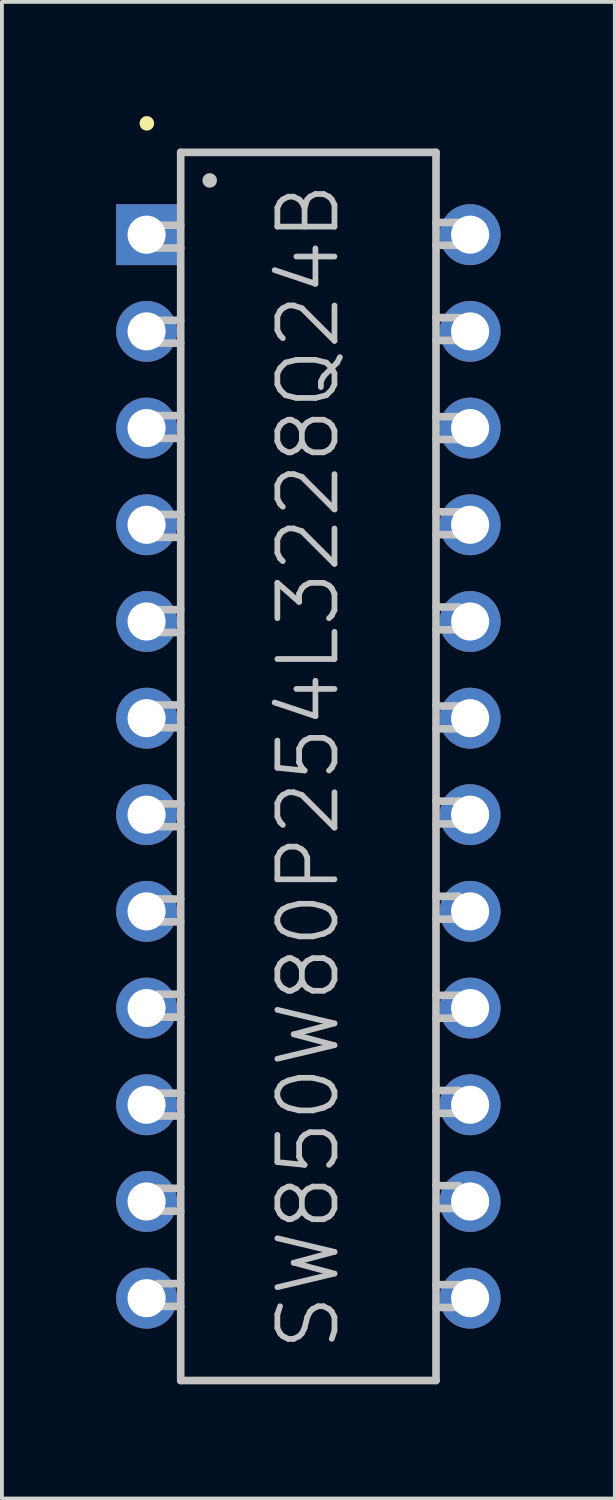
<source format=kicad_pcb>
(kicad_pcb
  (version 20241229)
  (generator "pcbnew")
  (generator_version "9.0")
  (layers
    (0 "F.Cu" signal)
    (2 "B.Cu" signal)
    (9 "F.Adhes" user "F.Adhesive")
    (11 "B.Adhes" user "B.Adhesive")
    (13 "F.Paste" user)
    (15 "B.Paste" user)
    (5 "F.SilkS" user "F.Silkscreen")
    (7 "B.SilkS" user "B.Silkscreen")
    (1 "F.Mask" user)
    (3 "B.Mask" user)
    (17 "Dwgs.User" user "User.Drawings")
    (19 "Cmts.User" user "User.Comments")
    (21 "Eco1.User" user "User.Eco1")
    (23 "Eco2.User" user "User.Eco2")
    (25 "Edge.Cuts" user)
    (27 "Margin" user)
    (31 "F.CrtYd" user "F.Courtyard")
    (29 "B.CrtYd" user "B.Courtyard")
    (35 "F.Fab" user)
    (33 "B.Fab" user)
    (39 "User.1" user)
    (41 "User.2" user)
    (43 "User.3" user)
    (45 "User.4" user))
  (footprint "SW850W80P254L3228Q24B"
    (layer "F.Cu")
    (at 5.049 17.081)
    (property "Reference" "SW850W80P254L3228Q24B" (at 0 0 90) (layer "Dwgs.User") (effects (font (size 1.5 1.5) (thickness 0.15))))
    (attr through_hole)
    (fp_line (start -4.242 -16.891) (end -4.242 -16.891) (stroke (width 0.381) (type solid)) (layer "F.SilkS"))
    (fp_line (start -3.955 -11.717) (end -3.955 -11.118) (stroke (width 0.2) (type solid)) (layer "Dwgs.User"))
    (fp_line (start -3.955 -11.118) (end -3.355 -11.118) (stroke (width 0.2) (type solid)) (layer "Dwgs.User"))
    (fp_line (start -3.955 -9.215) (end -3.955 -8.616) (stroke (width 0.2) (type solid)) (layer "Dwgs.User"))
    (fp_line (start -3.955 -8.616) (end -3.355 -8.616) (stroke (width 0.2) (type solid)) (layer "Dwgs.User"))
    (fp_line (start -3.955 -4.117) (end -3.955 -3.518) (stroke (width 0.2) (type solid)) (layer "Dwgs.User"))
    (fp_line (start -3.955 -3.518) (end -3.355 -3.518) (stroke (width 0.2) (type solid)) (layer "Dwgs.User"))
    (fp_line (start -3.955 -1.615) (end -3.955 -1.016) (stroke (width 0.2) (type solid)) (layer "Dwgs.User"))
    (fp_line (start -3.955 -1.016) (end -3.355 -1.016) (stroke (width 0.2) (type solid)) (layer "Dwgs.User"))
    (fp_line (start -3.955 3.482) (end -3.955 4.082) (stroke (width 0.2) (type solid)) (layer "Dwgs.User"))
    (fp_line (start -3.955 4.082) (end -3.355 4.082) (stroke (width 0.2) (type solid)) (layer "Dwgs.User"))
    (fp_line (start -3.955 5.984) (end -3.955 6.584) (stroke (width 0.2) (type solid)) (layer "Dwgs.User"))
    (fp_line (start -3.955 6.584) (end -3.355 6.584) (stroke (width 0.2) (type solid)) (layer "Dwgs.User"))
    (fp_line (start -3.955 11.082) (end -3.955 11.681) (stroke (width 0.2) (type solid)) (layer "Dwgs.User"))
    (fp_line (start -3.955 11.681) (end -3.355 11.681) (stroke (width 0.2) (type solid)) (layer "Dwgs.User"))
    (fp_line (start -3.955 13.584) (end -3.955 14.183) (stroke (width 0.2) (type solid)) (layer "Dwgs.User"))
    (fp_line (start -3.955 14.183) (end -3.355 14.183) (stroke (width 0.2) (type solid)) (layer "Dwgs.User"))
    (fp_line (start -3.952 -14.216) (end -3.952 -13.617) (stroke (width 0.2) (type solid)) (layer "Dwgs.User"))
    (fp_line (start -3.952 -13.617) (end -3.353 -13.617) (stroke (width 0.2) (type solid)) (layer "Dwgs.User"))
    (fp_line (start -3.952 -6.617) (end -3.952 -6.017) (stroke (width 0.2) (type solid)) (layer "Dwgs.User"))
    (fp_line (start -3.952 -6.017) (end -3.353 -6.017) (stroke (width 0.2) (type solid)) (layer "Dwgs.User"))
    (fp_line (start -3.952 0.983) (end -3.952 1.582) (stroke (width 0.2) (type solid)) (layer "Dwgs.User"))
    (fp_line (start -3.952 1.582) (end -3.353 1.582) (stroke (width 0.2) (type solid)) (layer "Dwgs.User"))
    (fp_line (start -3.952 8.583) (end -3.952 9.182) (stroke (width 0.2) (type solid)) (layer "Dwgs.User"))
    (fp_line (start -3.952 9.182) (end -3.353 9.182) (stroke (width 0.2) (type solid)) (layer "Dwgs.User"))
    (fp_line (start -3.355 -11.717) (end -3.955 -11.717) (stroke (width 0.2) (type solid)) (layer "Dwgs.User"))
    (fp_line (start -3.355 -9.215) (end -3.955 -9.215) (stroke (width 0.2) (type solid)) (layer "Dwgs.User"))
    (fp_line (start -3.355 -4.117) (end -3.955 -4.117) (stroke (width 0.2) (type solid)) (layer "Dwgs.User"))
    (fp_line (start -3.355 -1.615) (end -3.955 -1.615) (stroke (width 0.2) (type solid)) (layer "Dwgs.User"))
    (fp_line (start -3.355 3.482) (end -3.955 3.482) (stroke (width 0.2) (type solid)) (layer "Dwgs.User"))
    (fp_line (start -3.355 5.984) (end -3.955 5.984) (stroke (width 0.2) (type solid)) (layer "Dwgs.User"))
    (fp_line (start -3.355 11.082) (end -3.955 11.082) (stroke (width 0.2) (type solid)) (layer "Dwgs.User"))
    (fp_line (start -3.355 13.584) (end -3.955 13.584) (stroke (width 0.2) (type solid)) (layer "Dwgs.User"))
    (fp_line (start -3.353 -16.129) (end -3.353 16.129) (stroke (width 0.2) (type solid)) (layer "Dwgs.User"))
    (fp_line (start -3.353 -16.129) (end 3.353 -16.129) (stroke (width 0.2) (type solid)) (layer "Dwgs.User"))
    (fp_line (start -3.353 -14.216) (end -3.952 -14.216) (stroke (width 0.2) (type solid)) (layer "Dwgs.User"))
    (fp_line (start -3.353 -6.617) (end -3.952 -6.617) (stroke (width 0.2) (type solid)) (layer "Dwgs.User"))
    (fp_line (start -3.353 0.983) (end -3.952 0.983) (stroke (width 0.2) (type solid)) (layer "Dwgs.User"))
    (fp_line (start -3.353 8.583) (end -3.952 8.583) (stroke (width 0.2) (type solid)) (layer "Dwgs.User"))
    (fp_line (start -3.353 16.129) (end 3.353 16.129) (stroke (width 0.2) (type solid)) (layer "Dwgs.User"))
    (fp_line (start -2.591 -15.392) (end -2.591 -15.392) (stroke (width 0.381) (type solid)) (layer "Dwgs.User"))
    (fp_line (start 3.353 -16.129) (end 3.353 16.129) (stroke (width 0.2) (type solid)) (layer "Dwgs.User"))
    (fp_line (start 3.353 -13.688) (end 3.952 -13.688) (stroke (width 0.2) (type solid)) (layer "Dwgs.User"))
    (fp_line (start 3.353 -11.189) (end 3.952 -11.189) (stroke (width 0.2) (type solid)) (layer "Dwgs.User"))
    (fp_line (start 3.353 -8.588) (end 3.952 -8.588) (stroke (width 0.2) (type solid)) (layer "Dwgs.User"))
    (fp_line (start 3.353 -6.088) (end 3.952 -6.088) (stroke (width 0.2) (type solid)) (layer "Dwgs.User"))
    (fp_line (start 3.353 -3.589) (end 3.952 -3.589) (stroke (width 0.2) (type solid)) (layer "Dwgs.User"))
    (fp_line (start 3.353 -0.988) (end 3.952 -0.988) (stroke (width 0.2) (type solid)) (layer "Dwgs.User"))
    (fp_line (start 3.353 1.511) (end 3.952 1.511) (stroke (width 0.2) (type solid)) (layer "Dwgs.User"))
    (fp_line (start 3.353 4.011) (end 3.952 4.011) (stroke (width 0.2) (type solid)) (layer "Dwgs.User"))
    (fp_line (start 3.353 6.612) (end 3.952 6.612) (stroke (width 0.2) (type solid)) (layer "Dwgs.User"))
    (fp_line (start 3.353 9.111) (end 3.952 9.111) (stroke (width 0.2) (type solid)) (layer "Dwgs.User"))
    (fp_line (start 3.353 11.61) (end 3.952 11.61) (stroke (width 0.2) (type solid)) (layer "Dwgs.User"))
    (fp_line (start 3.353 14.211) (end 3.952 14.211) (stroke (width 0.2) (type solid)) (layer "Dwgs.User"))
    (fp_line (start 3.952 -14.287) (end 3.353 -14.287) (stroke (width 0.2) (type solid)) (layer "Dwgs.User"))
    (fp_line (start 3.952 -13.688) (end 3.952 -14.287) (stroke (width 0.2) (type solid)) (layer "Dwgs.User"))
    (fp_line (start 3.952 -11.788) (end 3.353 -11.788) (stroke (width 0.2) (type solid)) (layer "Dwgs.User"))
    (fp_line (start 3.952 -11.189) (end 3.952 -11.788) (stroke (width 0.2) (type solid)) (layer "Dwgs.User"))
    (fp_line (start 3.952 -9.187) (end 3.353 -9.187) (stroke (width 0.2) (type solid)) (layer "Dwgs.User"))
    (fp_line (start 3.952 -8.588) (end 3.952 -9.187) (stroke (width 0.2) (type solid)) (layer "Dwgs.User"))
    (fp_line (start 3.952 -6.688) (end 3.353 -6.688) (stroke (width 0.2) (type solid)) (layer "Dwgs.User"))
    (fp_line (start 3.952 -6.088) (end 3.952 -6.688) (stroke (width 0.2) (type solid)) (layer "Dwgs.User"))
    (fp_line (start 3.952 -4.188) (end 3.353 -4.188) (stroke (width 0.2) (type solid)) (layer "Dwgs.User"))
    (fp_line (start 3.952 -3.589) (end 3.952 -4.188) (stroke (width 0.2) (type solid)) (layer "Dwgs.User"))
    (fp_line (start 3.952 -1.587) (end 3.353 -1.587) (stroke (width 0.2) (type solid)) (layer "Dwgs.User"))
    (fp_line (start 3.952 -0.988) (end 3.952 -1.587) (stroke (width 0.2) (type solid)) (layer "Dwgs.User"))
    (fp_line (start 3.952 0.912) (end 3.353 0.912) (stroke (width 0.2) (type solid)) (layer "Dwgs.User"))
    (fp_line (start 3.952 1.511) (end 3.952 0.912) (stroke (width 0.2) (type solid)) (layer "Dwgs.User"))
    (fp_line (start 3.952 3.411) (end 3.353 3.411) (stroke (width 0.2) (type solid)) (layer "Dwgs.User"))
    (fp_line (start 3.952 4.011) (end 3.952 3.411) (stroke (width 0.2) (type solid)) (layer "Dwgs.User"))
    (fp_line (start 3.952 6.012) (end 3.353 6.012) (stroke (width 0.2) (type solid)) (layer "Dwgs.User"))
    (fp_line (start 3.952 6.612) (end 3.952 6.012) (stroke (width 0.2) (type solid)) (layer "Dwgs.User"))
    (fp_line (start 3.952 8.512) (end 3.353 8.512) (stroke (width 0.2) (type solid)) (layer "Dwgs.User"))
    (fp_line (start 3.952 9.111) (end 3.952 8.512) (stroke (width 0.2) (type solid)) (layer "Dwgs.User"))
    (fp_line (start 3.952 11.011) (end 3.353 11.011) (stroke (width 0.2) (type solid)) (layer "Dwgs.User"))
    (fp_line (start 3.952 11.61) (end 3.952 11.011) (stroke (width 0.2) (type solid)) (layer "Dwgs.User"))
    (fp_line (start 3.952 13.612) (end 3.353 13.612) (stroke (width 0.2) (type solid)) (layer "Dwgs.User"))
    (fp_line (start 3.952 14.211) (end 3.952 13.612) (stroke (width 0.2) (type solid)) (layer "Dwgs.User"))
    (pad "1" thru_hole rect (at -4.249 -13.967 180) (size 1.6 1.6) (drill 1) (layers "*.Cu" "*.Mask"))
    (pad "2" thru_hole circle (at -4.249 -11.427 180) (size 1.6 1.6) (drill 1) (layers "*.Cu" "*.Mask"))
    (pad "3" thru_hole circle (at -4.249 -8.887 180) (size 1.6 1.6) (drill 1) (layers "*.Cu" "*.Mask"))
    (pad "4" thru_hole circle (at -4.249 -6.347 180) (size 1.6 1.6) (drill 1) (layers "*.Cu" "*.Mask"))
    (pad "5" thru_hole circle (at -4.249 -3.807 180) (size 1.6 1.6) (drill 1) (layers "*.Cu" "*.Mask"))
    (pad "6" thru_hole circle (at -4.249 -1.267 180) (size 1.6 1.6) (drill 1) (layers "*.Cu" "*.Mask"))
    (pad "7" thru_hole circle (at -4.249 1.267 180) (size 1.6 1.6) (drill 1) (layers "*.Cu" "*.Mask"))
    (pad "8" thru_hole circle (at -4.249 3.807 180) (size 1.6 1.6) (drill 1) (layers "*.Cu" "*.Mask"))
    (pad "9" thru_hole circle (at -4.249 6.347 180) (size 1.6 1.6) (drill 1) (layers "*.Cu" "*.Mask"))
    (pad "10" thru_hole circle (at -4.249 8.887 180) (size 1.6 1.6) (drill 1) (layers "*.Cu" "*.Mask"))
    (pad "11" thru_hole circle (at -4.249 11.427 180) (size 1.6 1.6) (drill 1) (layers "*.Cu" "*.Mask"))
    (pad "12" thru_hole circle (at -4.249 13.967 180) (size 1.6 1.6) (drill 1) (layers "*.Cu" "*.Mask"))
    (pad "13" thru_hole circle (at 4.249 13.967 180) (size 1.6 1.6) (drill 1) (layers "*.Cu" "*.Mask"))
    (pad "14" thru_hole circle (at 4.249 11.427 180) (size 1.6 1.6) (drill 1) (layers "*.Cu" "*.Mask"))
    (pad "15" thru_hole circle (at 4.249 8.887 180) (size 1.6 1.6) (drill 1) (layers "*.Cu" "*.Mask"))
    (pad "16" thru_hole circle (at 4.249 6.347 180) (size 1.6 1.6) (drill 1) (layers "*.Cu" "*.Mask"))
    (pad "17" thru_hole circle (at 4.249 3.807 180) (size 1.6 1.6) (drill 1) (layers "*.Cu" "*.Mask"))
    (pad "18" thru_hole circle (at 4.249 1.267 180) (size 1.6 1.6) (drill 1) (layers "*.Cu" "*.Mask"))
    (pad "19" thru_hole circle (at 4.249 -1.267 180) (size 1.6 1.6) (drill 1) (layers "*.Cu" "*.Mask"))
    (pad "20" thru_hole circle (at 4.249 -3.807 180) (size 1.6 1.6) (drill 1) (layers "*.Cu" "*.Mask"))
    (pad "21" thru_hole circle (at 4.249 -6.347 180) (size 1.6 1.6) (drill 1) (layers "*.Cu" "*.Mask"))
    (pad "22" thru_hole circle (at 4.249 -8.887 180) (size 1.6 1.6) (drill 1) (layers "*.Cu" "*.Mask"))
    (pad "23" thru_hole circle (at 4.249 -11.427 180) (size 1.6 1.6) (drill 1) (layers "*.Cu" "*.Mask"))
    (pad "24" thru_hole circle (at 4.249 -13.967 180) (size 1.6 1.6) (drill 1) (layers "*.Cu" "*.Mask")))
  (gr_rect
    (start -3 -3)
    (end 13.099 36.31)
    (stroke (width 0.1) (type default))
    (fill no)
    (layer "Edge.Cuts")))
</source>
